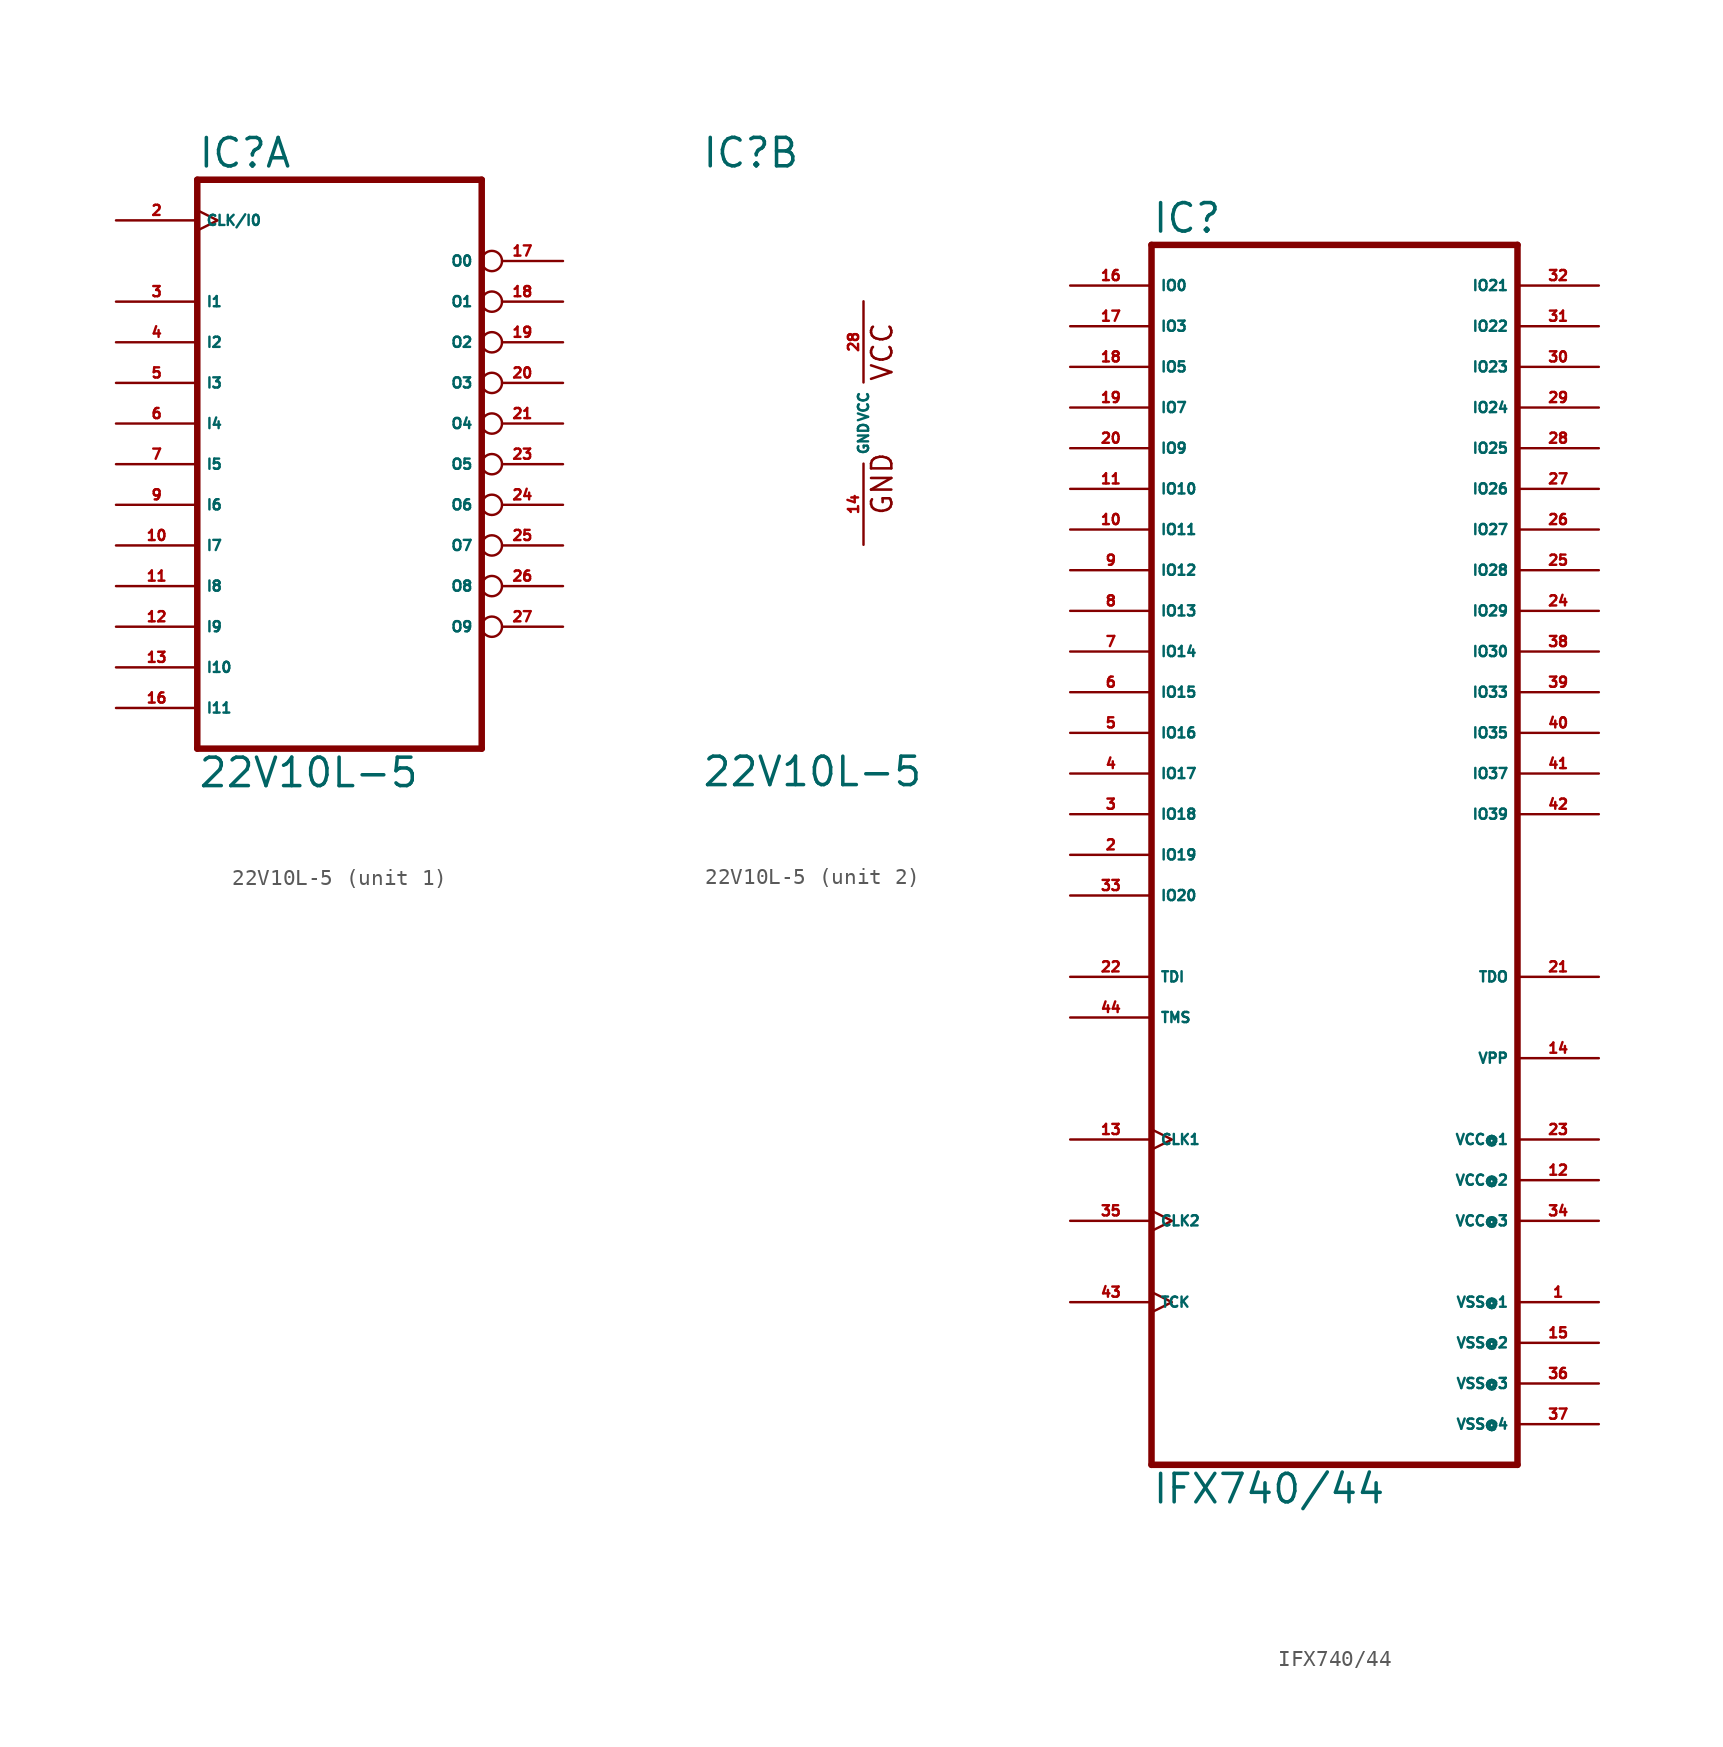
<source format=kicad_sym>
(kicad_symbol_lib
  (version 20220914)
  (generator Eagle2Kicad)
  (symbol "22V10L-5"
    (property "Reference" "IC"
      (at -10.16 15.875 0)
      (effects (font (size 1.778 1.778) (thickness 0.22)) (justify left bottom)))
    (property "Value" "22V10L-5"
      (at -10.16 -22.86 0)
      (effects (font (size 1.778 1.778) (thickness 0.22)) (justify left bottom)))
    (symbol "22V10L-5_1_0"
      (polyline (pts (xy -10.16 15.24) (xy 7.62 15.24)) (stroke (width 0.406) (type default)) (fill (type none)))
      (polyline (pts (xy 7.62 -20.32) (xy 7.62 15.24)) (stroke (width 0.406) (type default)) (fill (type none)))
      (polyline (pts (xy 7.62 -20.32) (xy -10.16 -20.32)) (stroke (width 0.406) (type default)) (fill (type none)))
      (polyline (pts (xy -10.16 15.24) (xy -10.16 -20.32)) (stroke (width 0.406) (type default)) (fill (type none)))
      (pin input line (at -15.24 7.62 0) (length 5.08) (name "I1" (effects (font (size 0.635 0.635) (thickness 0.08)) (justify left bottom))) (number "3" (effects (font (size 0.635 0.635) (thickness 0.08)) (justify left bottom))))
      (pin input line (at -15.24 5.08 0) (length 5.08) (name "I2" (effects (font (size 0.635 0.635) (thickness 0.08)) (justify left bottom))) (number "4" (effects (font (size 0.635 0.635) (thickness 0.08)) (justify left bottom))))
      (pin input line (at -15.24 2.54 0) (length 5.08) (name "I3" (effects (font (size 0.635 0.635) (thickness 0.08)) (justify left bottom))) (number "5" (effects (font (size 0.635 0.635) (thickness 0.08)) (justify left bottom))))
      (pin input line (at -15.24 0 0) (length 5.08) (name "I4" (effects (font (size 0.635 0.635) (thickness 0.08)) (justify left bottom))) (number "6" (effects (font (size 0.635 0.635) (thickness 0.08)) (justify left bottom))))
      (pin input line (at -15.24 -2.54 0) (length 5.08) (name "I5" (effects (font (size 0.635 0.635) (thickness 0.08)) (justify left bottom))) (number "7" (effects (font (size 0.635 0.635) (thickness 0.08)) (justify left bottom))))
      (pin input line (at -15.24 -5.08 0) (length 5.08) (name "I6" (effects (font (size 0.635 0.635) (thickness 0.08)) (justify left bottom))) (number "9" (effects (font (size 0.635 0.635) (thickness 0.08)) (justify left bottom))))
      (pin input line (at -15.24 -7.62 0) (length 5.08) (name "I7" (effects (font (size 0.635 0.635) (thickness 0.08)) (justify left bottom))) (number "10" (effects (font (size 0.635 0.635) (thickness 0.08)) (justify left bottom))))
      (pin input line (at -15.24 -10.16 0) (length 5.08) (name "I8" (effects (font (size 0.635 0.635) (thickness 0.08)) (justify left bottom))) (number "11" (effects (font (size 0.635 0.635) (thickness 0.08)) (justify left bottom))))
      (pin input line (at -15.24 -12.7 0) (length 5.08) (name "I9" (effects (font (size 0.635 0.635) (thickness 0.08)) (justify left bottom))) (number "12" (effects (font (size 0.635 0.635) (thickness 0.08)) (justify left bottom))))
      (pin bidirectional inverted (at 12.7 7.62 180) (length 5.08) (name "O1" (effects (font (size 0.635 0.635) (thickness 0.08)) (justify left bottom))) (number "18" (effects (font (size 0.635 0.635) (thickness 0.08)) (justify left bottom))))
      (pin bidirectional inverted (at 12.7 5.08 180) (length 5.08) (name "O2" (effects (font (size 0.635 0.635) (thickness 0.08)) (justify left bottom))) (number "19" (effects (font (size 0.635 0.635) (thickness 0.08)) (justify left bottom))))
      (pin bidirectional inverted (at 12.7 2.54 180) (length 5.08) (name "O3" (effects (font (size 0.635 0.635) (thickness 0.08)) (justify left bottom))) (number "20" (effects (font (size 0.635 0.635) (thickness 0.08)) (justify left bottom))))
      (pin bidirectional inverted (at 12.7 0 180) (length 5.08) (name "O4" (effects (font (size 0.635 0.635) (thickness 0.08)) (justify left bottom))) (number "21" (effects (font (size 0.635 0.635) (thickness 0.08)) (justify left bottom))))
      (pin bidirectional inverted (at 12.7 -2.54 180) (length 5.08) (name "O5" (effects (font (size 0.635 0.635) (thickness 0.08)) (justify left bottom))) (number "23" (effects (font (size 0.635 0.635) (thickness 0.08)) (justify left bottom))))
      (pin bidirectional inverted (at 12.7 -5.08 180) (length 5.08) (name "O6" (effects (font (size 0.635 0.635) (thickness 0.08)) (justify left bottom))) (number "24" (effects (font (size 0.635 0.635) (thickness 0.08)) (justify left bottom))))
      (pin bidirectional inverted (at 12.7 -7.62 180) (length 5.08) (name "O7" (effects (font (size 0.635 0.635) (thickness 0.08)) (justify left bottom))) (number "25" (effects (font (size 0.635 0.635) (thickness 0.08)) (justify left bottom))))
      (pin input line (at -15.24 -15.24 0) (length 5.08) (name "I10" (effects (font (size 0.635 0.635) (thickness 0.08)) (justify left bottom))) (number "13" (effects (font (size 0.635 0.635) (thickness 0.08)) (justify left bottom))))
      (pin bidirectional inverted (at 12.7 10.16 180) (length 5.08) (name "O0" (effects (font (size 0.635 0.635) (thickness 0.08)) (justify left bottom))) (number "17" (effects (font (size 0.635 0.635) (thickness 0.08)) (justify left bottom))))
      (pin input clock (at -15.24 12.7 0) (length 5.08) (name "CLK/I0" (effects (font (size 0.635 0.635) (thickness 0.08)) (justify left bottom))) (number "2" (effects (font (size 0.635 0.635) (thickness 0.08)) (justify left bottom))))
      (pin input line (at -15.24 -17.78 0) (length 5.08) (name "I11" (effects (font (size 0.635 0.635) (thickness 0.08)) (justify left bottom))) (number "16" (effects (font (size 0.635 0.635) (thickness 0.08)) (justify left bottom))))
      (pin bidirectional inverted (at 12.7 -10.16 180) (length 5.08) (name "O8" (effects (font (size 0.635 0.635) (thickness 0.08)) (justify left bottom))) (number "26" (effects (font (size 0.635 0.635) (thickness 0.08)) (justify left bottom))))
      (pin bidirectional inverted (at 12.7 -12.7 180) (length 5.08) (name "O9" (effects (font (size 0.635 0.635) (thickness 0.08)) (justify left bottom))) (number "27" (effects (font (size 0.635 0.635) (thickness 0.08)) (justify left bottom)))))
    (symbol "22V10L-5_2_0"
      (text "GND" (at 1.905 -5.842 900) (effects (font (size 1.27 1.27) (thickness 0.16)) (justify left bottom)))
      (text "VCC" (at 1.905 2.54 900) (effects (font (size 1.27 1.27) (thickness 0.16)) (justify left bottom)))
      (pin unspecified line (at 0 -7.62 90) (length 5.08) (name "GND" (effects (font (size 0.635 0.635) (thickness 0.08)) (justify left bottom))) (number "14" (effects (font (size 0.635 0.635) (thickness 0.08)) (justify left bottom))))
      (pin unspecified line (at 0 7.62 270) (length 5.08) (name "VCC" (effects (font (size 0.635 0.635) (thickness 0.08)) (justify left bottom))) (number "28" (effects (font (size 0.635 0.635) (thickness 0.08)) (justify left bottom))))))
  (symbol "IFX740/44"
    (property "Reference" "IC"
      (at -10.16 38.735 0)
      (effects (font (size 1.778 1.778) (thickness 0.22)) (justify left bottom)))
    (property "Value" "IFX740/44"
      (at -10.16 -40.64 0)
      (effects (font (size 1.778 1.778) (thickness 0.22)) (justify left bottom)))
    (polyline
      (pts (xy -10.16 38.1) (xy -10.16 -38.1))
      (stroke (width 0.406) (type default))
      (fill (type none)))
    (polyline
      (pts (xy 12.7 -38.1) (xy -10.16 -38.1))
      (stroke (width 0.406) (type default))
      (fill (type none)))
    (polyline
      (pts (xy 12.7 -38.1) (xy 12.7 38.1))
      (stroke (width 0.406) (type default))
      (fill (type none)))
    (polyline
      (pts (xy -10.16 38.1) (xy 12.7 38.1))
      (stroke (width 0.406) (type default))
      (fill (type none)))
    (pin unspecified line
      (at 17.78 -17.78 180)
      (length 5.08)
      (name "VCC@1" (effects (font (size 0.635 0.635) (thickness 0.08)) (justify left bottom)))
      (number "23" (effects (font (size 0.635 0.635) (thickness 0.08)) (justify left bottom))))
    (pin unspecified line
      (at 17.78 -20.32 180)
      (length 5.08)
      (name "VCC@2" (effects (font (size 0.635 0.635) (thickness 0.08)) (justify left bottom)))
      (number "12" (effects (font (size 0.635 0.635) (thickness 0.08)) (justify left bottom))))
    (pin unspecified line
      (at 17.78 -22.86 180)
      (length 5.08)
      (name "VCC@3" (effects (font (size 0.635 0.635) (thickness 0.08)) (justify left bottom)))
      (number "34" (effects (font (size 0.635 0.635) (thickness 0.08)) (justify left bottom))))
    (pin unspecified line
      (at 17.78 -27.94 180)
      (length 5.08)
      (name "VSS@1" (effects (font (size 0.635 0.635) (thickness 0.08)) (justify left bottom)))
      (number "1" (effects (font (size 0.635 0.635) (thickness 0.08)) (justify left bottom))))
    (pin unspecified line
      (at 17.78 -30.48 180)
      (length 5.08)
      (name "VSS@2" (effects (font (size 0.635 0.635) (thickness 0.08)) (justify left bottom)))
      (number "15" (effects (font (size 0.635 0.635) (thickness 0.08)) (justify left bottom))))
    (pin unspecified line
      (at 17.78 -33.02 180)
      (length 5.08)
      (name "VSS@3" (effects (font (size 0.635 0.635) (thickness 0.08)) (justify left bottom)))
      (number "36" (effects (font (size 0.635 0.635) (thickness 0.08)) (justify left bottom))))
    (pin unspecified line
      (at 17.78 -35.56 180)
      (length 5.08)
      (name "VSS@4" (effects (font (size 0.635 0.635) (thickness 0.08)) (justify left bottom)))
      (number "37" (effects (font (size 0.635 0.635) (thickness 0.08)) (justify left bottom))))
    (pin input clock
      (at -15.24 -17.78 0)
      (length 5.08)
      (name "CLK1" (effects (font (size 0.635 0.635) (thickness 0.08)) (justify left bottom)))
      (number "13" (effects (font (size 0.635 0.635) (thickness 0.08)) (justify left bottom))))
    (pin input clock
      (at -15.24 -22.86 0)
      (length 5.08)
      (name "CLK2" (effects (font (size 0.635 0.635) (thickness 0.08)) (justify left bottom)))
      (number "35" (effects (font (size 0.635 0.635) (thickness 0.08)) (justify left bottom))))
    (pin bidirectional line
      (at -15.24 33.02 0)
      (length 5.08)
      (name "IO3" (effects (font (size 0.635 0.635) (thickness 0.08)) (justify left bottom)))
      (number "17" (effects (font (size 0.635 0.635) (thickness 0.08)) (justify left bottom))))
    (pin bidirectional line
      (at -15.24 30.48 0)
      (length 5.08)
      (name "IO5" (effects (font (size 0.635 0.635) (thickness 0.08)) (justify left bottom)))
      (number "18" (effects (font (size 0.635 0.635) (thickness 0.08)) (justify left bottom))))
    (pin bidirectional line
      (at -15.24 27.94 0)
      (length 5.08)
      (name "IO7" (effects (font (size 0.635 0.635) (thickness 0.08)) (justify left bottom)))
      (number "19" (effects (font (size 0.635 0.635) (thickness 0.08)) (justify left bottom))))
    (pin bidirectional line
      (at -15.24 25.4 0)
      (length 5.08)
      (name "IO9" (effects (font (size 0.635 0.635) (thickness 0.08)) (justify left bottom)))
      (number "20" (effects (font (size 0.635 0.635) (thickness 0.08)) (justify left bottom))))
    (pin bidirectional line
      (at -15.24 22.86 0)
      (length 5.08)
      (name "IO10" (effects (font (size 0.635 0.635) (thickness 0.08)) (justify left bottom)))
      (number "11" (effects (font (size 0.635 0.635) (thickness 0.08)) (justify left bottom))))
    (pin bidirectional line
      (at -15.24 20.32 0)
      (length 5.08)
      (name "IO11" (effects (font (size 0.635 0.635) (thickness 0.08)) (justify left bottom)))
      (number "10" (effects (font (size 0.635 0.635) (thickness 0.08)) (justify left bottom))))
    (pin bidirectional line
      (at -15.24 17.78 0)
      (length 5.08)
      (name "IO12" (effects (font (size 0.635 0.635) (thickness 0.08)) (justify left bottom)))
      (number "9" (effects (font (size 0.635 0.635) (thickness 0.08)) (justify left bottom))))
    (pin bidirectional line
      (at -15.24 15.24 0)
      (length 5.08)
      (name "IO13" (effects (font (size 0.635 0.635) (thickness 0.08)) (justify left bottom)))
      (number "8" (effects (font (size 0.635 0.635) (thickness 0.08)) (justify left bottom))))
    (pin bidirectional line
      (at -15.24 12.7 0)
      (length 5.08)
      (name "IO14" (effects (font (size 0.635 0.635) (thickness 0.08)) (justify left bottom)))
      (number "7" (effects (font (size 0.635 0.635) (thickness 0.08)) (justify left bottom))))
    (pin bidirectional line
      (at -15.24 10.16 0)
      (length 5.08)
      (name "IO15" (effects (font (size 0.635 0.635) (thickness 0.08)) (justify left bottom)))
      (number "6" (effects (font (size 0.635 0.635) (thickness 0.08)) (justify left bottom))))
    (pin bidirectional line
      (at -15.24 7.62 0)
      (length 5.08)
      (name "IO16" (effects (font (size 0.635 0.635) (thickness 0.08)) (justify left bottom)))
      (number "5" (effects (font (size 0.635 0.635) (thickness 0.08)) (justify left bottom))))
    (pin bidirectional line
      (at -15.24 5.08 0)
      (length 5.08)
      (name "IO17" (effects (font (size 0.635 0.635) (thickness 0.08)) (justify left bottom)))
      (number "4" (effects (font (size 0.635 0.635) (thickness 0.08)) (justify left bottom))))
    (pin bidirectional line
      (at -15.24 2.54 0)
      (length 5.08)
      (name "IO18" (effects (font (size 0.635 0.635) (thickness 0.08)) (justify left bottom)))
      (number "3" (effects (font (size 0.635 0.635) (thickness 0.08)) (justify left bottom))))
    (pin bidirectional line
      (at -15.24 0 0)
      (length 5.08)
      (name "IO19" (effects (font (size 0.635 0.635) (thickness 0.08)) (justify left bottom)))
      (number "2" (effects (font (size 0.635 0.635) (thickness 0.08)) (justify left bottom))))
    (pin bidirectional line
      (at -15.24 -2.54 0)
      (length 5.08)
      (name "IO20" (effects (font (size 0.635 0.635) (thickness 0.08)) (justify left bottom)))
      (number "33" (effects (font (size 0.635 0.635) (thickness 0.08)) (justify left bottom))))
    (pin bidirectional line
      (at 17.78 35.56 180)
      (length 5.08)
      (name "IO21" (effects (font (size 0.635 0.635) (thickness 0.08)) (justify left bottom)))
      (number "32" (effects (font (size 0.635 0.635) (thickness 0.08)) (justify left bottom))))
    (pin bidirectional line
      (at 17.78 33.02 180)
      (length 5.08)
      (name "IO22" (effects (font (size 0.635 0.635) (thickness 0.08)) (justify left bottom)))
      (number "31" (effects (font (size 0.635 0.635) (thickness 0.08)) (justify left bottom))))
    (pin bidirectional line
      (at 17.78 30.48 180)
      (length 5.08)
      (name "IO23" (effects (font (size 0.635 0.635) (thickness 0.08)) (justify left bottom)))
      (number "30" (effects (font (size 0.635 0.635) (thickness 0.08)) (justify left bottom))))
    (pin bidirectional line
      (at 17.78 27.94 180)
      (length 5.08)
      (name "IO24" (effects (font (size 0.635 0.635) (thickness 0.08)) (justify left bottom)))
      (number "29" (effects (font (size 0.635 0.635) (thickness 0.08)) (justify left bottom))))
    (pin bidirectional line
      (at 17.78 25.4 180)
      (length 5.08)
      (name "IO25" (effects (font (size 0.635 0.635) (thickness 0.08)) (justify left bottom)))
      (number "28" (effects (font (size 0.635 0.635) (thickness 0.08)) (justify left bottom))))
    (pin bidirectional line
      (at 17.78 22.86 180)
      (length 5.08)
      (name "IO26" (effects (font (size 0.635 0.635) (thickness 0.08)) (justify left bottom)))
      (number "27" (effects (font (size 0.635 0.635) (thickness 0.08)) (justify left bottom))))
    (pin bidirectional line
      (at 17.78 20.32 180)
      (length 5.08)
      (name "IO27" (effects (font (size 0.635 0.635) (thickness 0.08)) (justify left bottom)))
      (number "26" (effects (font (size 0.635 0.635) (thickness 0.08)) (justify left bottom))))
    (pin bidirectional line
      (at 17.78 17.78 180)
      (length 5.08)
      (name "IO28" (effects (font (size 0.635 0.635) (thickness 0.08)) (justify left bottom)))
      (number "25" (effects (font (size 0.635 0.635) (thickness 0.08)) (justify left bottom))))
    (pin bidirectional line
      (at 17.78 15.24 180)
      (length 5.08)
      (name "IO29" (effects (font (size 0.635 0.635) (thickness 0.08)) (justify left bottom)))
      (number "24" (effects (font (size 0.635 0.635) (thickness 0.08)) (justify left bottom))))
    (pin bidirectional line
      (at 17.78 12.7 180)
      (length 5.08)
      (name "IO30" (effects (font (size 0.635 0.635) (thickness 0.08)) (justify left bottom)))
      (number "38" (effects (font (size 0.635 0.635) (thickness 0.08)) (justify left bottom))))
    (pin bidirectional line
      (at 17.78 10.16 180)
      (length 5.08)
      (name "IO33" (effects (font (size 0.635 0.635) (thickness 0.08)) (justify left bottom)))
      (number "39" (effects (font (size 0.635 0.635) (thickness 0.08)) (justify left bottom))))
    (pin bidirectional line
      (at 17.78 7.62 180)
      (length 5.08)
      (name "IO35" (effects (font (size 0.635 0.635) (thickness 0.08)) (justify left bottom)))
      (number "40" (effects (font (size 0.635 0.635) (thickness 0.08)) (justify left bottom))))
    (pin bidirectional line
      (at 17.78 5.08 180)
      (length 5.08)
      (name "IO37" (effects (font (size 0.635 0.635) (thickness 0.08)) (justify left bottom)))
      (number "41" (effects (font (size 0.635 0.635) (thickness 0.08)) (justify left bottom))))
    (pin bidirectional line
      (at 17.78 2.54 180)
      (length 5.08)
      (name "IO39" (effects (font (size 0.635 0.635) (thickness 0.08)) (justify left bottom)))
      (number "42" (effects (font (size 0.635 0.635) (thickness 0.08)) (justify left bottom))))
    (pin bidirectional line
      (at -15.24 35.56 0)
      (length 5.08)
      (name "IO0" (effects (font (size 0.635 0.635) (thickness 0.08)) (justify left bottom)))
      (number "16" (effects (font (size 0.635 0.635) (thickness 0.08)) (justify left bottom))))
    (pin unspecified line
      (at 17.78 -12.7 180)
      (length 5.08)
      (name "VPP" (effects (font (size 0.635 0.635) (thickness 0.08)) (justify left bottom)))
      (number "14" (effects (font (size 0.635 0.635) (thickness 0.08)) (justify left bottom))))
    (pin input line
      (at -15.24 -7.62 0)
      (length 5.08)
      (name "TDI" (effects (font (size 0.635 0.635) (thickness 0.08)) (justify left bottom)))
      (number "22" (effects (font (size 0.635 0.635) (thickness 0.08)) (justify left bottom))))
    (pin output line
      (at 17.78 -7.62 180)
      (length 5.08)
      (name "TDO" (effects (font (size 0.635 0.635) (thickness 0.08)) (justify left bottom)))
      (number "21" (effects (font (size 0.635 0.635) (thickness 0.08)) (justify left bottom))))
    (pin input clock
      (at -15.24 -27.94 0)
      (length 5.08)
      (name "TCK" (effects (font (size 0.635 0.635) (thickness 0.08)) (justify left bottom)))
      (number "43" (effects (font (size 0.635 0.635) (thickness 0.08)) (justify left bottom))))
    (pin input line
      (at -15.24 -10.16 0)
      (length 5.08)
      (name "TMS" (effects (font (size 0.635 0.635) (thickness 0.08)) (justify left bottom)))
      (number "44" (effects (font (size 0.635 0.635) (thickness 0.08)) (justify left bottom))))))
</source>
